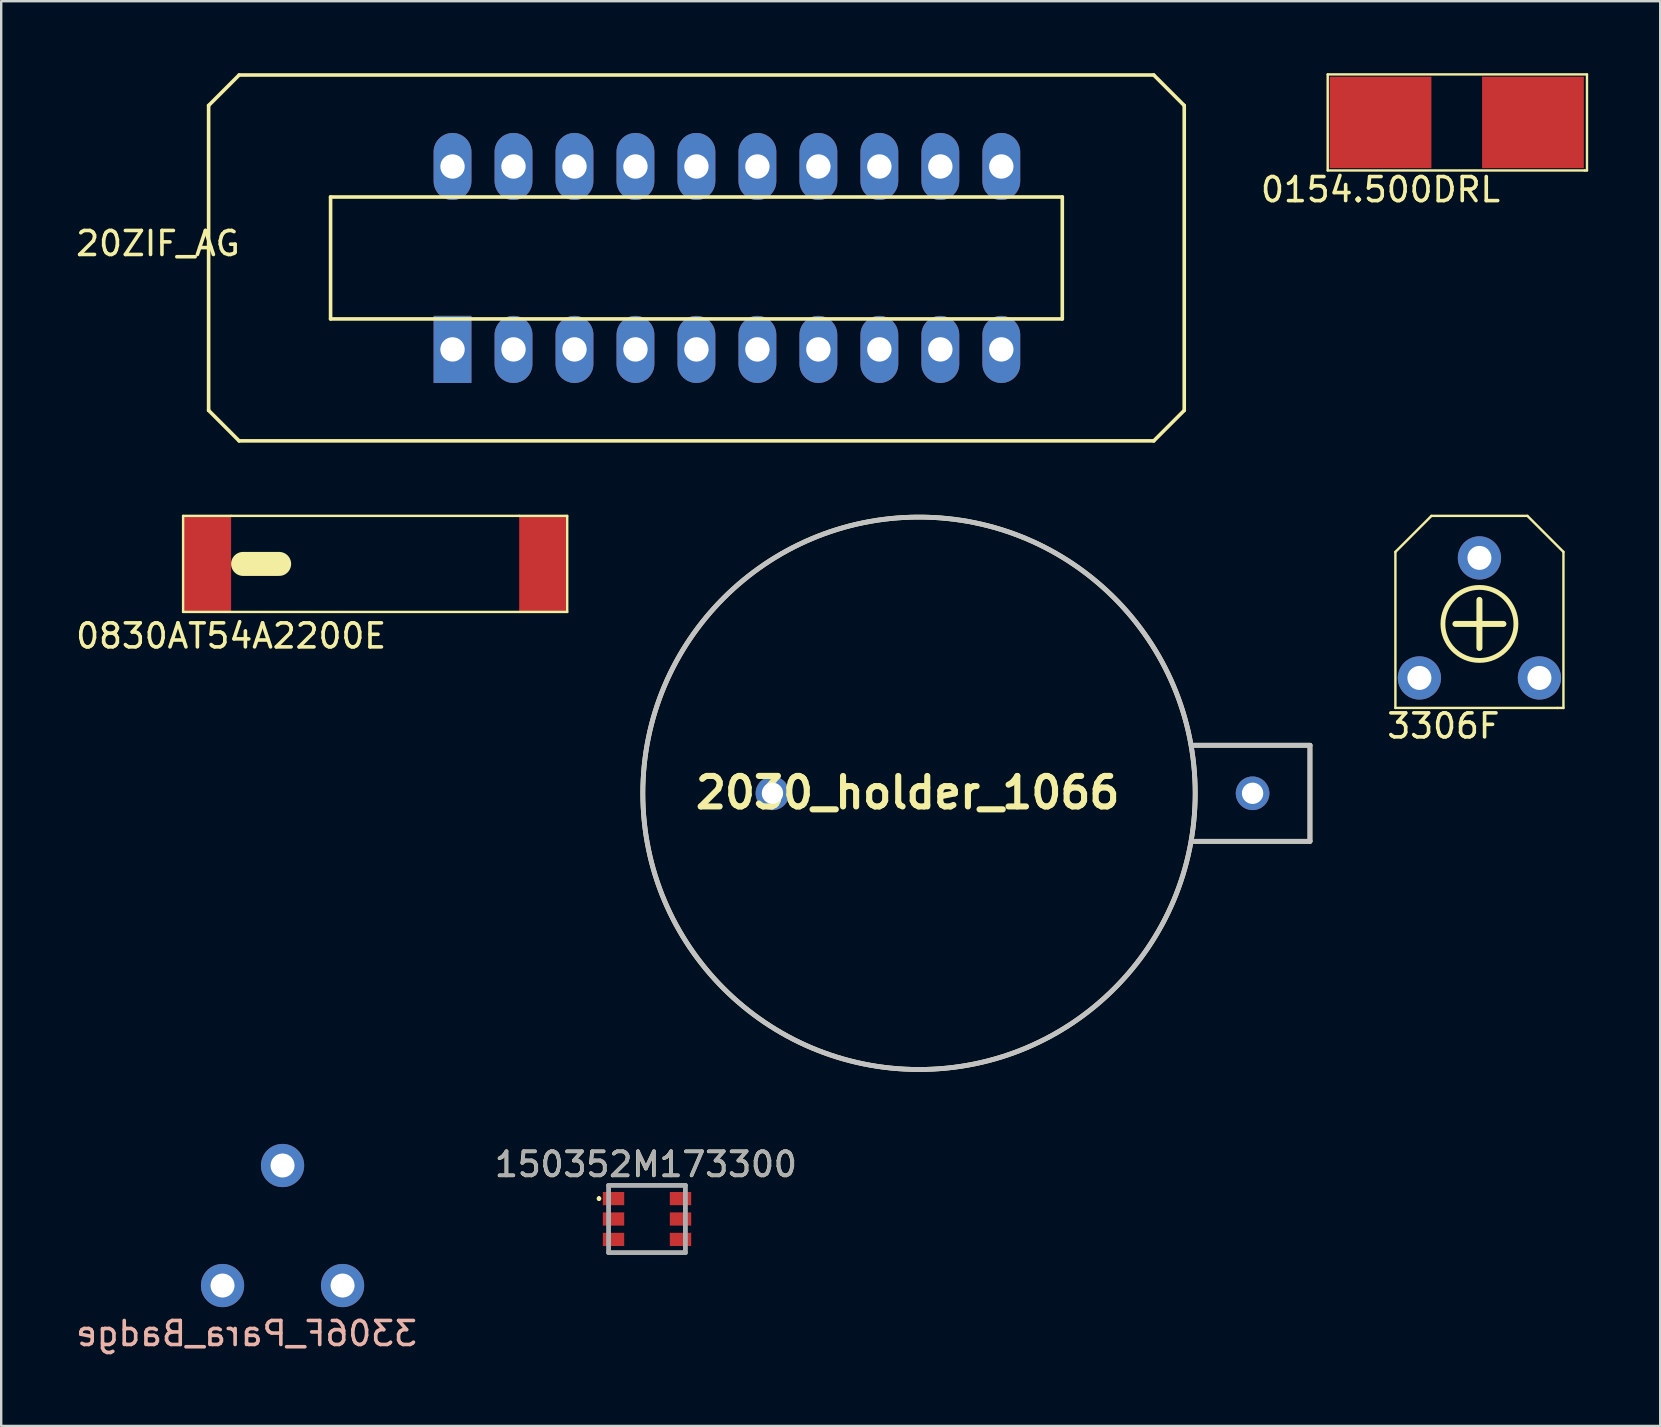
<source format=kicad_pcb>
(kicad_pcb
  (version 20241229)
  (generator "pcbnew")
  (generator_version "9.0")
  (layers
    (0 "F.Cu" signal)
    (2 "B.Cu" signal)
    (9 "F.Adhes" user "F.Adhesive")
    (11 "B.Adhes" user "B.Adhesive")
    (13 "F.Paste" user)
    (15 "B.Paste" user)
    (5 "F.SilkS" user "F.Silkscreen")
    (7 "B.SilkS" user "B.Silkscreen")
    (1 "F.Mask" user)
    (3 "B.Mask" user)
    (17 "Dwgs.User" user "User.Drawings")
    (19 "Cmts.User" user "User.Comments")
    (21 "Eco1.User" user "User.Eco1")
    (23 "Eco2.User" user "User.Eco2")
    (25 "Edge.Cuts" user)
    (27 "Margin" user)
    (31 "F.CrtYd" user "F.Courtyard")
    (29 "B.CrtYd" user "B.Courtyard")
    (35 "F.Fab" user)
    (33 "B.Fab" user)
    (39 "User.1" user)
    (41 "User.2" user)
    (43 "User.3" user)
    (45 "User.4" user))
  (footprint "2030_holder_1066"
    (layer "F.Cu")
    (at 35.232 29.995)
    (property "Reference" "2030_holder_1066" (at -0.473 -0.027 0) (layer "F.SilkS") (effects (font (size 1.27 1.27) (thickness 0.254))))
    (attr through_hole)
    (fp_line (start 11.355 -2) (end 16.285 -2) (stroke (width 0.2) (type solid)) (layer "F.SilkS"))
    (fp_line (start 16.285 -2) (end 16.285 2) (stroke (width 0.2) (type solid)) (layer "F.SilkS"))
    (fp_line (start 16.285 2) (end 11.4 2) (stroke (width 0.2) (type solid)) (layer "F.SilkS"))
    (fp_circle (center 0 0) (end 0 11.505) (stroke (width 0.2) (type solid)) (fill no) (layer "F.SilkS"))
    (fp_line (start 16.285 -2) (end 11.355 -2) (stroke (width 0.2) (type solid)) (layer "Dwgs.User"))
    (fp_line (start 16.285 -2) (end 16.285 2) (stroke (width 0.2) (type solid)) (layer "Dwgs.User"))
    (fp_line (start 16.285 2) (end 11.4 2) (stroke (width 0.2) (type solid)) (layer "Dwgs.User"))
    (fp_circle (center 0 0) (end 0 11.505) (stroke (width 0.2) (type solid)) (fill no) (layer "Dwgs.User"))
    (pad "1" thru_hole circle (at -6.105 0) (size 1.4 1.4) (drill 0.889) (layers "*.Cu" "*.Mask"))
    (pad "2" thru_hole circle (at 13.895 0) (size 1.4 1.4) (drill 0.889) (layers "*.Cu" "*.Mask")))
  (footprint "20ZIF_AG"
    (layer "F.Cu")
    (at 27.23 7.695)
    (property "Reference" "20ZIF_AG" (at -23.7 -0.6 180) (layer "F.SilkS") (effects (font (size 1 1) (thickness 0.15))))
    (attr through_hole)
    (fp_line (start -21.59 -6.35) (end -20.32 -7.62) (stroke (width 0.15) (type solid)) (layer "F.SilkS"))
    (fp_line (start -21.59 6.35) (end -21.59 -6.35) (stroke (width 0.15) (type solid)) (layer "F.SilkS"))
    (fp_line (start -20.32 -7.62) (end 17.78 -7.62) (stroke (width 0.15) (type solid)) (layer "F.SilkS"))
    (fp_line (start -20.32 7.62) (end -21.59 6.35) (stroke (width 0.15) (type solid)) (layer "F.SilkS"))
    (fp_line (start -16.51 -2.54) (end -16.51 2.54) (stroke (width 0.15) (type solid)) (layer "F.SilkS"))
    (fp_line (start -16.51 2.54) (end 13.97 2.54) (stroke (width 0.15) (type solid)) (layer "F.SilkS"))
    (fp_line (start 13.97 -2.54) (end -16.51 -2.54) (stroke (width 0.15) (type solid)) (layer "F.SilkS"))
    (fp_line (start 13.97 2.54) (end 13.97 -2.54) (stroke (width 0.15) (type solid)) (layer "F.SilkS"))
    (fp_line (start 17.78 -7.62) (end 19.05 -6.35) (stroke (width 0.15) (type solid)) (layer "F.SilkS"))
    (fp_line (start 17.78 7.62) (end -20.32 7.62) (stroke (width 0.15) (type solid)) (layer "F.SilkS"))
    (fp_line (start 19.05 -6.35) (end 19.05 6.35) (stroke (width 0.15) (type solid)) (layer "F.SilkS"))
    (fp_line (start 19.05 6.35) (end 17.78 7.62) (stroke (width 0.15) (type solid)) (layer "F.SilkS"))
    (pad "1" thru_hole rect (at -11.43 3.81) (size 1.575 2.794) (drill 1.016) (layers "*.Cu" "*.Mask"))
    (pad "2" thru_hole oval (at -8.89 3.81) (size 1.575 2.794) (drill 1.016) (layers "*.Cu" "*.Mask"))
    (pad "3" thru_hole oval (at -6.35 3.81) (size 1.575 2.794) (drill 1.016) (layers "*.Cu" "*.Mask"))
    (pad "4" thru_hole oval (at -3.81 3.81) (size 1.575 2.794) (drill 1.016) (layers "*.Cu" "*.Mask"))
    (pad "5" thru_hole oval (at -1.27 3.81) (size 1.575 2.794) (drill 1.016) (layers "*.Cu" "*.Mask"))
    (pad "6" thru_hole oval (at 1.27 3.81) (size 1.575 2.794) (drill 1.016) (layers "*.Cu" "*.Mask"))
    (pad "7" thru_hole oval (at 3.81 3.81) (size 1.575 2.794) (drill 1.016) (layers "*.Cu" "*.Mask"))
    (pad "8" thru_hole oval (at 6.35 3.81) (size 1.575 2.794) (drill 1.016) (layers "*.Cu" "*.Mask"))
    (pad "9" thru_hole oval (at 8.89 3.81) (size 1.575 2.794) (drill 1.016) (layers "*.Cu" "*.Mask"))
    (pad "10" thru_hole oval (at 11.43 3.81) (size 1.575 2.794) (drill 1.016) (layers "*.Cu" "*.Mask"))
    (pad "11" thru_hole oval (at 11.43 -3.81) (size 1.575 2.794) (drill 1.016) (layers "*.Cu" "*.Mask"))
    (pad "12" thru_hole oval (at 8.89 -3.81) (size 1.575 2.794) (drill 1.016) (layers "*.Cu" "*.Mask"))
    (pad "13" thru_hole oval (at 6.35 -3.81) (size 1.575 2.794) (drill 1.016) (layers "*.Cu" "*.Mask"))
    (pad "14" thru_hole oval (at 3.81 -3.81) (size 1.575 2.794) (drill 1.016) (layers "*.Cu" "*.Mask"))
    (pad "15" thru_hole oval (at 1.27 -3.81) (size 1.575 2.794) (drill 1.016) (layers "*.Cu" "*.Mask"))
    (pad "16" thru_hole oval (at -1.27 -3.81) (size 1.575 2.794) (drill 1.016) (layers "*.Cu" "*.Mask"))
    (pad "17" thru_hole oval (at -3.81 -3.81) (size 1.575 2.794) (drill 1.016) (layers "*.Cu" "*.Mask"))
    (pad "18" thru_hole oval (at -6.35 -3.81) (size 1.575 2.794) (drill 1.016) (layers "*.Cu" "*.Mask"))
    (pad "19" thru_hole oval (at -8.89 -3.81) (size 1.575 2.794) (drill 1.016) (layers "*.Cu" "*.Mask"))
    (pad "20" thru_hole oval (at -11.43 -3.81) (size 1.575 2.794) (drill 1.016) (layers "*.Cu" "*.Mask")))
  (footprint "3306F"
    (layer "F.Cu")
    (at 56.076 25.19)
    (property "Reference" "3306F" (at 1 2 0) (layer "F.SilkS") (effects (font (size 1 1) (thickness 0.15))))
    (attr through_hole)
    (fp_line (start -1 1.25) (end -1 -5.25) (stroke (width 0.1) (type solid)) (layer "F.SilkS"))
    (fp_line (start -1 1.25) (end 5.75 1.25) (stroke (width 0.1) (type solid)) (layer "F.SilkS"))
    (fp_line (start 0.5 -6.75) (end -1 -5.25) (stroke (width 0.1) (type solid)) (layer "F.SilkS"))
    (fp_line (start 0.5 -6.75) (end 4.5 -6.75) (stroke (width 0.1) (type solid)) (layer "F.SilkS"))
    (fp_line (start 2.5 -3.25) (end 2.5 -1.25) (stroke (width 0.25) (type solid)) (layer "F.SilkS"))
    (fp_line (start 3.5 -2.25) (end 1.5 -2.25) (stroke (width 0.25) (type solid)) (layer "F.SilkS"))
    (fp_line (start 4.5 -6.75) (end 6 -5.25) (stroke (width 0.1) (type solid)) (layer "F.SilkS"))
    (fp_line (start 5.75 1.25) (end 6 1.25) (stroke (width 0.1) (type solid)) (layer "F.SilkS"))
    (fp_line (start 6 -5.25) (end 6 1.25) (stroke (width 0.1) (type solid)) (layer "F.SilkS"))
    (fp_circle (center 2.5 -2.25) (end 4.021 -2.25) (stroke (width 0.2) (type solid)) (fill no) (layer "F.SilkS"))
    (pad "1" thru_hole circle (at 0 0) (size 1.8 1.8) (drill 1) (layers "*.Cu" "*.Mask"))
    (pad "2" thru_hole circle (at 2.5 -5) (size 1.8 1.8) (drill 1) (layers "*.Cu" "*.Mask"))
    (pad "3" thru_hole circle (at 5 0) (size 1.8 1.8) (drill 1) (layers "*.Cu" "*.Mask")))
  (footprint "150352M173300"
    (layer "F.Cu")
    (at 23.901 47.728)
    (property "Reference" "150352M173300" (at -0.05 -2.27 0) (layer "F.SilkS") (effects (font (size 1 1) (thickness 0.15))))
    (attr smd)
    (fp_line (start -2 -0.9) (end -2 -0.9) (stroke (width 0.1) (type solid)) (layer "F.SilkS"))
    (fp_line (start -2 -0.8) (end -2 -0.8) (stroke (width 0.1) (type solid)) (layer "F.SilkS"))
    (fp_line (start -1.6 -1.4) (end 1.6 -1.4) (stroke (width 0.1) (type solid)) (layer "F.SilkS"))
    (fp_line (start -1.6 1.4) (end 1.6 1.4) (stroke (width 0.1) (type solid)) (layer "F.SilkS"))
    (fp_arc (start -2 -0.9) (mid -1.95 -0.85) (end -2 -0.8) (stroke (width 0.1) (type solid)) (layer "F.SilkS"))
    (fp_arc (start -2 -0.8) (mid -2.05 -0.85) (end -2 -0.9) (stroke (width 0.1) (type solid)) (layer "F.SilkS"))
    (fp_line (start -1.6 -1.4) (end 1.6 -1.4) (stroke (width 0.2) (type solid)) (layer "F.Fab"))
    (fp_line (start -1.6 1.4) (end -1.6 -1.4) (stroke (width 0.2) (type solid)) (layer "F.Fab"))
    (fp_line (start 1.6 -1.4) (end 1.6 1.4) (stroke (width 0.2) (type solid)) (layer "F.Fab"))
    (fp_line (start 1.6 1.4) (end -1.6 1.4) (stroke (width 0.2) (type solid)) (layer "F.Fab"))
    (fp_text user "${REFERENCE}" (at -0.04 -2.28 0) (layer "F.Fab") (effects (font (size 1 1) (thickness 0.15))))
    (pad "1" smd rect (at -1.395 -0.85 90) (size 0.55 0.89) (layers "F.Cu" "F.Mask" "F.Paste"))
    (pad "2" smd rect (at 1.395 -0.85 90) (size 0.55 0.89) (layers "F.Cu" "F.Mask" "F.Paste"))
    (pad "3" smd rect (at -1.395 0 90) (size 0.55 0.89) (layers "F.Cu" "F.Mask" "F.Paste"))
    (pad "4" smd rect (at 1.395 0 90) (size 0.55 0.89) (layers "F.Cu" "F.Mask" "F.Paste"))
    (pad "5" smd rect (at -1.395 0.85 90) (size 0.55 0.89) (layers "F.Cu" "F.Mask" "F.Paste"))
    (pad "6" smd rect (at 1.395 0.85 90) (size 0.55 0.89) (layers "F.Cu" "F.Mask" "F.Paste")))
  (footprint "0830AT54A2200E"
    (layer "F.Cu")
    (at 5.577 22.44)
    (property "Reference" "0830AT54A2200E" (at 1 1 0) (layer "F.SilkS") (effects (font (size 1 1) (thickness 0.15))))
    (attr through_hole)
    (fp_line (start -1 -4) (end 1 -4) (stroke (width 0.1) (type solid)) (layer "F.SilkS"))
    (fp_line (start -1 0) (end -1 -4) (stroke (width 0.1) (type solid)) (layer "F.SilkS"))
    (fp_line (start 1 -4) (end 13 -4) (stroke (width 0.1) (type solid)) (layer "F.SilkS"))
    (fp_line (start 1.5 -2) (end 3 -2) (stroke (width 1) (type solid)) (layer "F.SilkS"))
    (fp_line (start 13 -4) (end 15 -4) (stroke (width 0.1) (type solid)) (layer "F.SilkS"))
    (fp_line (start 15 -4) (end 15 0) (stroke (width 0.1) (type solid)) (layer "F.SilkS"))
    (fp_line (start 15 0) (end -1 0) (stroke (width 0.1) (type solid)) (layer "F.SilkS"))
    (pad "" smd rect (at 14 -2) (size 2 4) (layers "F.Cu" "F.Mask" "F.Paste"))
    (pad "1" smd rect (at 0 -2) (size 2 4) (layers "F.Cu" "F.Mask" "F.Paste")))
  (footprint "3306F_Para_Badge"
    (layer "F.Cu")
    (at 6.22 50.5)
    (property "Reference" "3306F_Para_Badge" (at 1 2 0) (layer "B.SilkS") (effects (font (size 1 1) (thickness 0.15)) (justify mirror)))
    (attr through_hole)
    (pad "1" thru_hole circle (at 0 0) (size 1.8 1.8) (drill 1) (layers "*.Cu" "*.Mask"))
    (pad "2" thru_hole circle (at 2.5 -5) (size 1.8 1.8) (drill 1) (layers "*.Cu" "*.Mask"))
    (pad "3" thru_hole circle (at 5 0) (size 1.8 1.8) (drill 1) (layers "*.Cu" "*.Mask")))
  (footprint "0154.500DRL"
    (layer "F.Cu")
    (at 54.456 2.05)
    (property "Reference" "0154.500DRL" (at 0 2.8 0) (layer "F.SilkS") (effects (font (size 1 1) (thickness 0.15))))
    (attr through_hole)
    (fp_line (start -2.2 -2) (end -2.2 2) (stroke (width 0.1) (type solid)) (layer "F.SilkS"))
    (fp_line (start -2.2 2) (end 8.5 2) (stroke (width 0.1) (type solid)) (layer "F.SilkS"))
    (fp_line (start 8.5 2) (end 8.6 2) (stroke (width 0.1) (type solid)) (layer "F.SilkS"))
    (fp_line (start 8.6 -2) (end -2.2 -2) (stroke (width 0.1) (type solid)) (layer "F.SilkS"))
    (fp_line (start 8.6 2) (end 8.6 -2) (stroke (width 0.1) (type solid)) (layer "F.SilkS"))
    (pad "1" smd rect (at 0 0) (size 4.24 3.81) (layers "F.Cu" "F.Mask" "F.Paste"))
    (pad "2" smd rect (at 6.35 0) (size 4.24 3.81) (layers "F.Cu" "F.Mask" "F.Paste")))
  (gr_rect
    (start -3 -3)
    (end 66.106 56.348)
    (stroke (width 0.1) (type default))
    (fill no)
    (layer "Edge.Cuts")))
</source>
